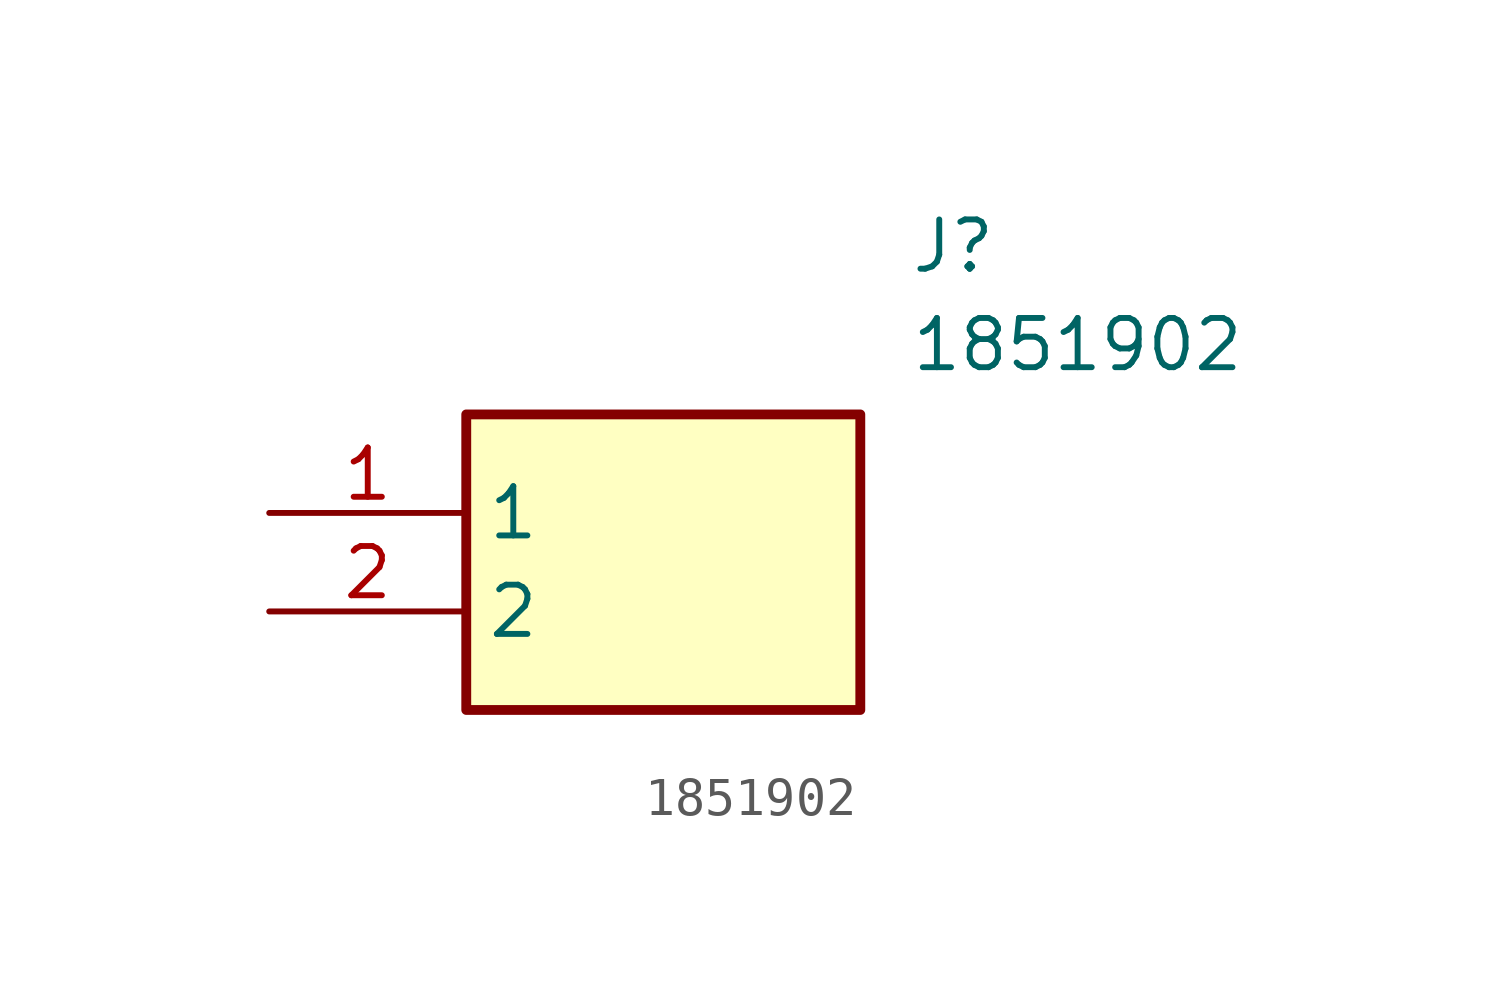
<source format=kicad_sym>
(kicad_symbol_lib
  (version 20211014)
  (generator SamacSys_ECAD_Model)
  (symbol "1851902"
    (property "Reference" "J"
      (at 16.51 7.62 0)
      (effects (font (size 1.27 1.27)) (justify left top)))
    (property "Value" "1851902"
      (at 16.51 5.08 0)
      (effects (font (size 1.27 1.27)) (justify left top)))
    (rectangle
      (start 5.08 2.54)
      (end 15.24 -5.08)
      (stroke (width 0.254) (type default))
      (fill (type background)))
    (pin passive line
      (at 0 0 0)
      (length 5.08)
      (name "1" (effects (font (size 1.27 1.27))))
      (number "1" (effects (font (size 1.27 1.27)))))
    (pin passive line
      (at 0 -2.54 0)
      (length 5.08)
      (name "2" (effects (font (size 1.27 1.27))))
      (number "2" (effects (font (size 1.27 1.27)))))))
</source>
